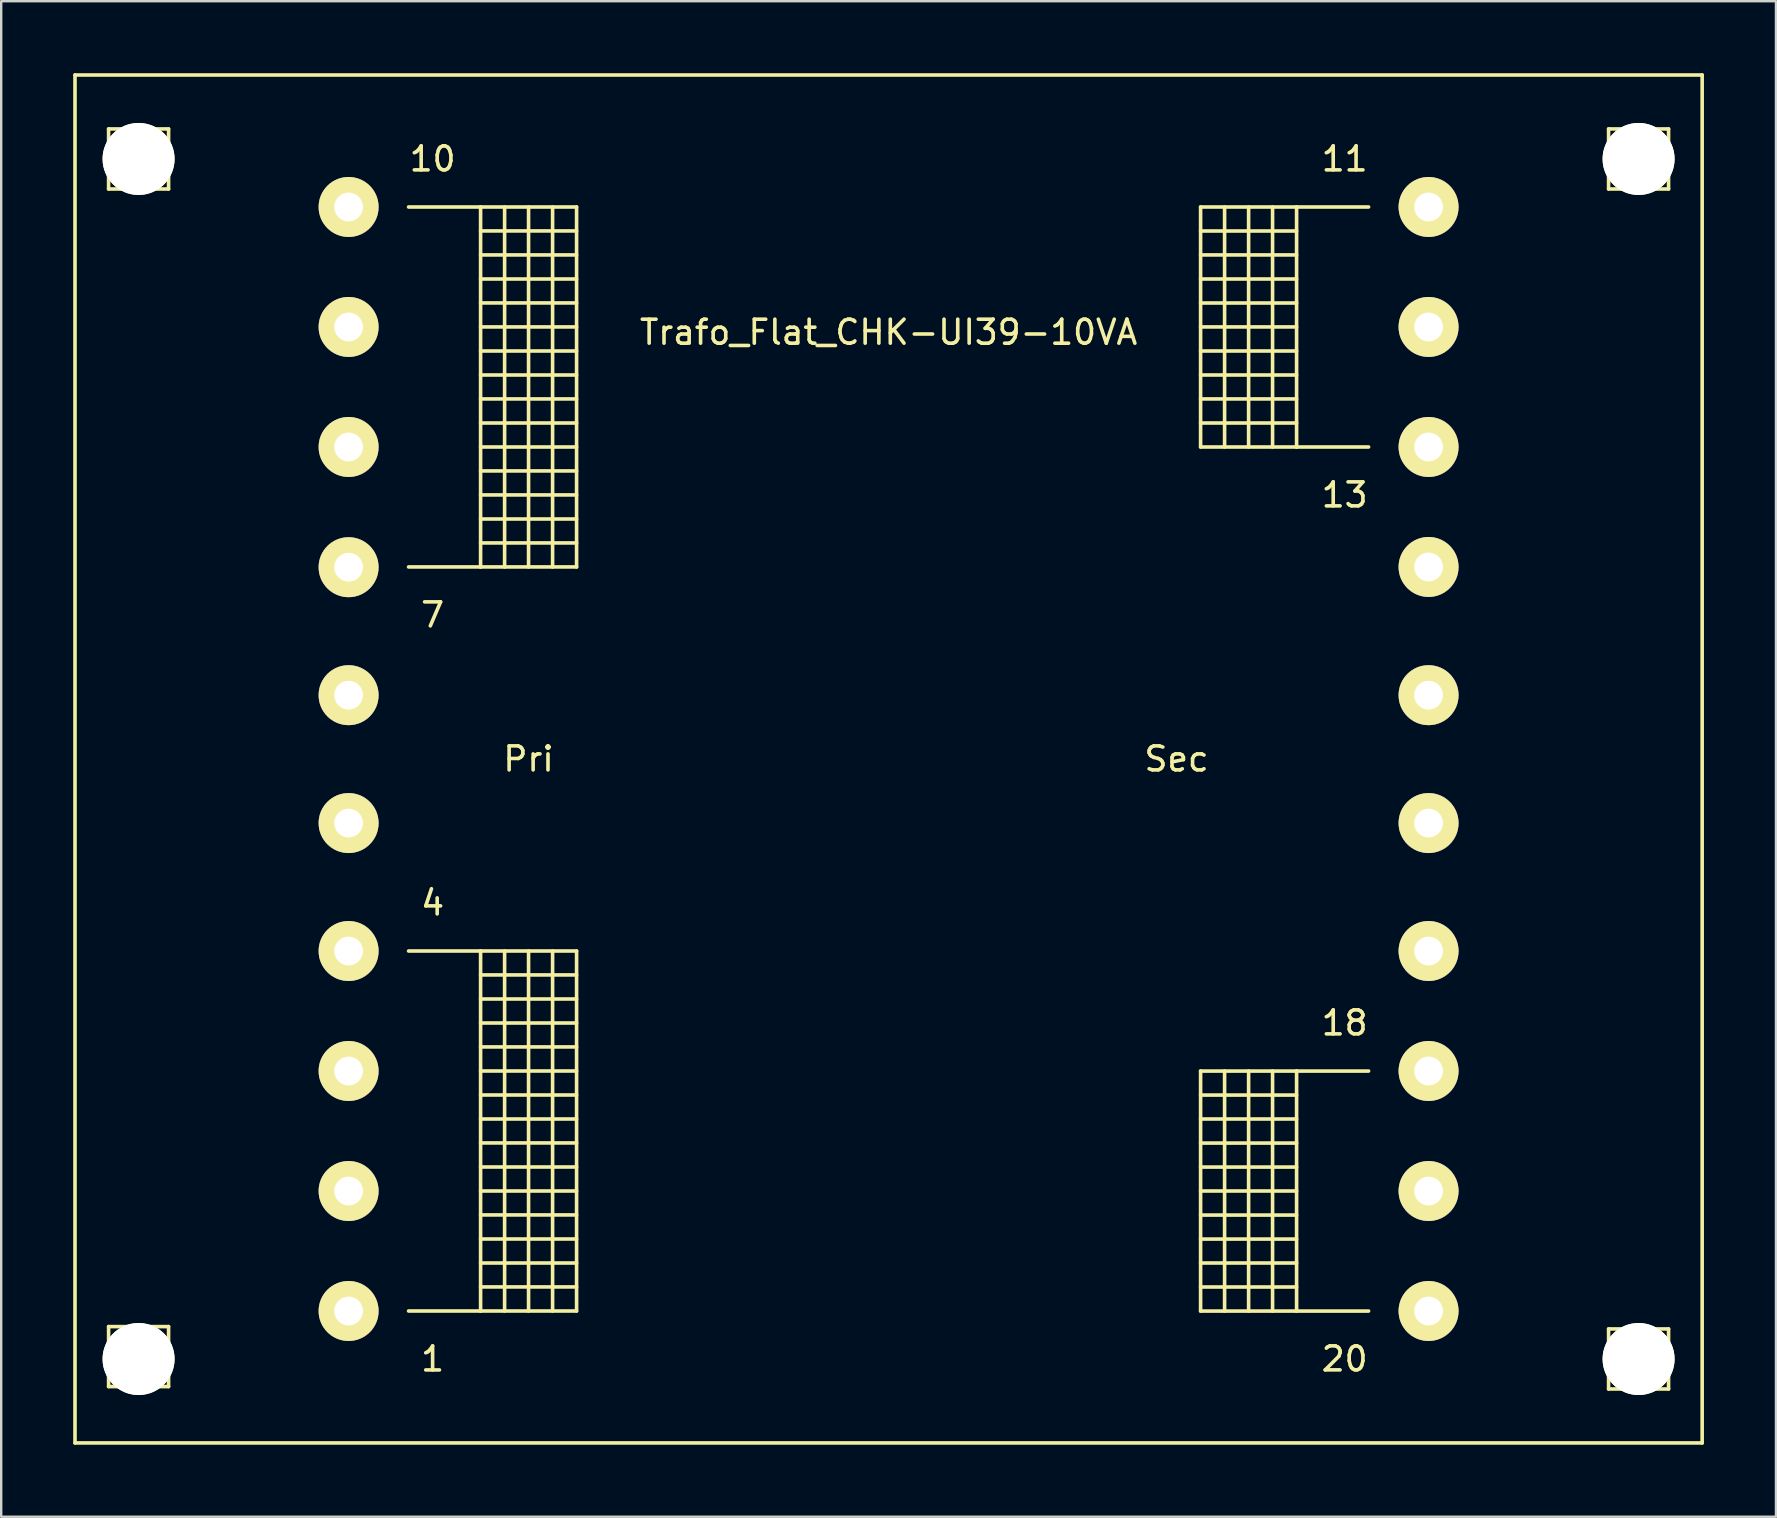
<source format=kicad_pcb>
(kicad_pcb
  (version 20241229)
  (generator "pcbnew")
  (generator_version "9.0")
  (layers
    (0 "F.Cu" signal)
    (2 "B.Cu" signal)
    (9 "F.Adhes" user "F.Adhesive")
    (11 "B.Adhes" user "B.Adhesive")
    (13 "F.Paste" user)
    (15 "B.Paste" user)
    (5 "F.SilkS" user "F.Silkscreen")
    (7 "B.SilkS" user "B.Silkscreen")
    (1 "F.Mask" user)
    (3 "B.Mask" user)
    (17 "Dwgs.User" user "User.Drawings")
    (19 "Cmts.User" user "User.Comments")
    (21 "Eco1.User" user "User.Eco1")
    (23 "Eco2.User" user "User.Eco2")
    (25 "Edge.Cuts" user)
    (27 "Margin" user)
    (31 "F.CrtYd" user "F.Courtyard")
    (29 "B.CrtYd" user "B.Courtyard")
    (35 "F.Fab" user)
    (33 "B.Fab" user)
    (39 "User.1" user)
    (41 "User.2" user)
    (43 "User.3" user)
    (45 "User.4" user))
  (footprint "Trafo_Flat_CHK-UI39-10VA"
    (layer "F.Cu")
    (at 33.974 28.574)
    (property "Reference" "Trafo_Flat_CHK-UI39-10VA" (at 0 -17.78 0) (layer "F.SilkS") (effects (font (size 1 1) (thickness 0.15))))
    (attr through_hole)
    (fp_line (start -33.899 -28.499) (end -33.899 28.499) (stroke (width 0.15) (type solid)) (layer "F.SilkS"))
    (fp_line (start -33.899 28.499) (end 33.899 28.499) (stroke (width 0.15) (type solid)) (layer "F.SilkS"))
    (fp_line (start -32.499 -26.251) (end -32.499 -23.749) (stroke (width 0.15) (type solid)) (layer "F.SilkS"))
    (fp_line (start -32.499 -23.749) (end -30 -23.749) (stroke (width 0.15) (type solid)) (layer "F.SilkS"))
    (fp_line (start -32.499 23.65) (end -32.499 26.149) (stroke (width 0.15) (type solid)) (layer "F.SilkS"))
    (fp_line (start -32.499 26.149) (end -30 26.149) (stroke (width 0.15) (type solid)) (layer "F.SilkS"))
    (fp_line (start -31.25 -26.251) (end -32.499 -26.251) (stroke (width 0.15) (type solid)) (layer "F.SilkS"))
    (fp_line (start -31.25 23.65) (end -32.499 23.65) (stroke (width 0.15) (type solid)) (layer "F.SilkS"))
    (fp_line (start -30 -26.251) (end -31.25 -26.251) (stroke (width 0.15) (type solid)) (layer "F.SilkS"))
    (fp_line (start -30 -23.749) (end -30 -26.251) (stroke (width 0.15) (type solid)) (layer "F.SilkS"))
    (fp_line (start -30 23.65) (end -31.25 23.65) (stroke (width 0.15) (type solid)) (layer "F.SilkS"))
    (fp_line (start -30 26.149) (end -30 23.65) (stroke (width 0.15) (type solid)) (layer "F.SilkS"))
    (fp_line (start -20 -23) (end -17 -23) (stroke (width 0.15) (type solid)) (layer "F.SilkS"))
    (fp_line (start -20 8.001) (end -17 8.001) (stroke (width 0.15) (type solid)) (layer "F.SilkS"))
    (fp_line (start -17 -23) (end -17 -8.001) (stroke (width 0.15) (type solid)) (layer "F.SilkS"))
    (fp_line (start -17 -23) (end -13 -23) (stroke (width 0.15) (type solid)) (layer "F.SilkS"))
    (fp_line (start -17 -22.001) (end -13 -22.001) (stroke (width 0.15) (type solid)) (layer "F.SilkS"))
    (fp_line (start -17 -21.001) (end -13 -21.001) (stroke (width 0.15) (type solid)) (layer "F.SilkS"))
    (fp_line (start -17 -20) (end -13 -20) (stroke (width 0.15) (type solid)) (layer "F.SilkS"))
    (fp_line (start -17 -19.002) (end -13 -19.002) (stroke (width 0.15) (type solid)) (layer "F.SilkS"))
    (fp_line (start -17 -18.001) (end -13 -18.001) (stroke (width 0.15) (type solid)) (layer "F.SilkS"))
    (fp_line (start -17 -17) (end -13 -17) (stroke (width 0.15) (type solid)) (layer "F.SilkS"))
    (fp_line (start -17 -15.999) (end -13 -15.999) (stroke (width 0.15) (type solid)) (layer "F.SilkS"))
    (fp_line (start -17 -15.001) (end -13 -15.001) (stroke (width 0.15) (type solid)) (layer "F.SilkS"))
    (fp_line (start -17 -14) (end -13 -14) (stroke (width 0.15) (type solid)) (layer "F.SilkS"))
    (fp_line (start -17 -13) (end -13 -13) (stroke (width 0.15) (type solid)) (layer "F.SilkS"))
    (fp_line (start -17 -12.002) (end -13 -12.002) (stroke (width 0.15) (type solid)) (layer "F.SilkS"))
    (fp_line (start -17 -11.001) (end -13 -11.001) (stroke (width 0.15) (type solid)) (layer "F.SilkS"))
    (fp_line (start -17 -10) (end -13 -10) (stroke (width 0.15) (type solid)) (layer "F.SilkS"))
    (fp_line (start -17 -9.002) (end -13 -9.002) (stroke (width 0.15) (type solid)) (layer "F.SilkS"))
    (fp_line (start -17 -8.001) (end -20 -8.001) (stroke (width 0.15) (type solid)) (layer "F.SilkS"))
    (fp_line (start -17 8.001) (end -17 23) (stroke (width 0.15) (type solid)) (layer "F.SilkS"))
    (fp_line (start -17 8.001) (end -13 8.001) (stroke (width 0.15) (type solid)) (layer "F.SilkS"))
    (fp_line (start -17 8.999) (end -13 8.999) (stroke (width 0.15) (type solid)) (layer "F.SilkS"))
    (fp_line (start -17 10) (end -13 10) (stroke (width 0.15) (type solid)) (layer "F.SilkS"))
    (fp_line (start -17 11.001) (end -13 11.001) (stroke (width 0.15) (type solid)) (layer "F.SilkS"))
    (fp_line (start -17 11.999) (end -13 11.999) (stroke (width 0.15) (type solid)) (layer "F.SilkS"))
    (fp_line (start -17 13) (end -13 13) (stroke (width 0.15) (type solid)) (layer "F.SilkS"))
    (fp_line (start -17 14) (end -13 14) (stroke (width 0.15) (type solid)) (layer "F.SilkS"))
    (fp_line (start -17 15.001) (end -13 15.001) (stroke (width 0.15) (type solid)) (layer "F.SilkS"))
    (fp_line (start -17 15.999) (end -13 15.999) (stroke (width 0.15) (type solid)) (layer "F.SilkS"))
    (fp_line (start -17 17) (end -13 17) (stroke (width 0.15) (type solid)) (layer "F.SilkS"))
    (fp_line (start -17 18.001) (end -13 18.001) (stroke (width 0.15) (type solid)) (layer "F.SilkS"))
    (fp_line (start -17 18.999) (end -13 18.999) (stroke (width 0.15) (type solid)) (layer "F.SilkS"))
    (fp_line (start -17 20) (end -13 20) (stroke (width 0.15) (type solid)) (layer "F.SilkS"))
    (fp_line (start -17 21.001) (end -13 21.001) (stroke (width 0.15) (type solid)) (layer "F.SilkS"))
    (fp_line (start -17 21.999) (end -13 21.999) (stroke (width 0.15) (type solid)) (layer "F.SilkS"))
    (fp_line (start -17 23) (end -20 23) (stroke (width 0.15) (type solid)) (layer "F.SilkS"))
    (fp_line (start -15.999 -23) (end -15.999 -8.001) (stroke (width 0.15) (type solid)) (layer "F.SilkS"))
    (fp_line (start -15.999 8.001) (end -15.999 23) (stroke (width 0.15) (type solid)) (layer "F.SilkS"))
    (fp_line (start -15.001 -8.001) (end -15.001 -23) (stroke (width 0.15) (type solid)) (layer "F.SilkS"))
    (fp_line (start -15.001 23) (end -15.001 8.001) (stroke (width 0.15) (type solid)) (layer "F.SilkS"))
    (fp_line (start -14 -23) (end -14 -8.001) (stroke (width 0.15) (type solid)) (layer "F.SilkS"))
    (fp_line (start -14 8.001) (end -14 23) (stroke (width 0.15) (type solid)) (layer "F.SilkS"))
    (fp_line (start -13 -23) (end -13 -8.001) (stroke (width 0.15) (type solid)) (layer "F.SilkS"))
    (fp_line (start -13 -8.001) (end -17 -8.001) (stroke (width 0.15) (type solid)) (layer "F.SilkS"))
    (fp_line (start -13 8.001) (end -13 23) (stroke (width 0.15) (type solid)) (layer "F.SilkS"))
    (fp_line (start -13 23) (end -17 23) (stroke (width 0.15) (type solid)) (layer "F.SilkS"))
    (fp_line (start 13 -23) (end 13 -13) (stroke (width 0.15) (type solid)) (layer "F.SilkS"))
    (fp_line (start 13 -21.999) (end 17 -21.999) (stroke (width 0.15) (type solid)) (layer "F.SilkS"))
    (fp_line (start 13 -21.001) (end 17 -21.001) (stroke (width 0.15) (type solid)) (layer "F.SilkS"))
    (fp_line (start 13 -20) (end 17 -20) (stroke (width 0.15) (type solid)) (layer "F.SilkS"))
    (fp_line (start 13 -18.999) (end 17 -18.999) (stroke (width 0.15) (type solid)) (layer "F.SilkS"))
    (fp_line (start 13 -18.001) (end 17 -18.001) (stroke (width 0.15) (type solid)) (layer "F.SilkS"))
    (fp_line (start 13 -17) (end 17 -17) (stroke (width 0.15) (type solid)) (layer "F.SilkS"))
    (fp_line (start 13 -15.999) (end 17 -15.999) (stroke (width 0.15) (type solid)) (layer "F.SilkS"))
    (fp_line (start 13 -15.001) (end 17 -15.001) (stroke (width 0.15) (type solid)) (layer "F.SilkS"))
    (fp_line (start 13 -14) (end 17 -14) (stroke (width 0.15) (type solid)) (layer "F.SilkS"))
    (fp_line (start 13 -13) (end 17 -13) (stroke (width 0.15) (type solid)) (layer "F.SilkS"))
    (fp_line (start 13 13.002) (end 13 23.002) (stroke (width 0.15) (type solid)) (layer "F.SilkS"))
    (fp_line (start 13 14.003) (end 17 14.003) (stroke (width 0.15) (type solid)) (layer "F.SilkS"))
    (fp_line (start 13 15.001) (end 17 15.001) (stroke (width 0.15) (type solid)) (layer "F.SilkS"))
    (fp_line (start 13 16.002) (end 17 16.002) (stroke (width 0.15) (type solid)) (layer "F.SilkS"))
    (fp_line (start 13 17.003) (end 17 17.003) (stroke (width 0.15) (type solid)) (layer "F.SilkS"))
    (fp_line (start 13 18.001) (end 17 18.001) (stroke (width 0.15) (type solid)) (layer "F.SilkS"))
    (fp_line (start 13 19.002) (end 17 19.002) (stroke (width 0.15) (type solid)) (layer "F.SilkS"))
    (fp_line (start 13 20.003) (end 17 20.003) (stroke (width 0.15) (type solid)) (layer "F.SilkS"))
    (fp_line (start 13 21.001) (end 17 21.001) (stroke (width 0.15) (type solid)) (layer "F.SilkS"))
    (fp_line (start 13 22.001) (end 17 22.001) (stroke (width 0.15) (type solid)) (layer "F.SilkS"))
    (fp_line (start 13 23.002) (end 17 23.002) (stroke (width 0.15) (type solid)) (layer "F.SilkS"))
    (fp_line (start 14 -23) (end 14 -13) (stroke (width 0.15) (type solid)) (layer "F.SilkS"))
    (fp_line (start 14 13.002) (end 14 23.002) (stroke (width 0.15) (type solid)) (layer "F.SilkS"))
    (fp_line (start 15.001 -13) (end 15.001 -23) (stroke (width 0.15) (type solid)) (layer "F.SilkS"))
    (fp_line (start 15.001 23.002) (end 15.001 13.002) (stroke (width 0.15) (type solid)) (layer "F.SilkS"))
    (fp_line (start 15.999 -23) (end 15.999 -13) (stroke (width 0.15) (type solid)) (layer "F.SilkS"))
    (fp_line (start 15.999 13.002) (end 15.999 23.002) (stroke (width 0.15) (type solid)) (layer "F.SilkS"))
    (fp_line (start 17 -23) (end 13 -23) (stroke (width 0.15) (type solid)) (layer "F.SilkS"))
    (fp_line (start 17 -23) (end 17 -13) (stroke (width 0.15) (type solid)) (layer "F.SilkS"))
    (fp_line (start 17 -13) (end 20 -13) (stroke (width 0.15) (type solid)) (layer "F.SilkS"))
    (fp_line (start 17 13.002) (end 13 13.002) (stroke (width 0.15) (type solid)) (layer "F.SilkS"))
    (fp_line (start 17 13.002) (end 17 23.002) (stroke (width 0.15) (type solid)) (layer "F.SilkS"))
    (fp_line (start 17 23.002) (end 20 23.002) (stroke (width 0.15) (type solid)) (layer "F.SilkS"))
    (fp_line (start 20 -23) (end 17 -23) (stroke (width 0.15) (type solid)) (layer "F.SilkS"))
    (fp_line (start 20 13.002) (end 17 13.002) (stroke (width 0.15) (type solid)) (layer "F.SilkS"))
    (fp_line (start 30 -26.251) (end 30 -23.749) (stroke (width 0.15) (type solid)) (layer "F.SilkS"))
    (fp_line (start 30 -23.749) (end 32.499 -23.749) (stroke (width 0.15) (type solid)) (layer "F.SilkS"))
    (fp_line (start 30 23.749) (end 30 26.251) (stroke (width 0.15) (type solid)) (layer "F.SilkS"))
    (fp_line (start 30 26.251) (end 32.499 26.251) (stroke (width 0.15) (type solid)) (layer "F.SilkS"))
    (fp_line (start 31.25 -26.251) (end 30 -26.251) (stroke (width 0.15) (type solid)) (layer "F.SilkS"))
    (fp_line (start 31.25 23.749) (end 30 23.749) (stroke (width 0.15) (type solid)) (layer "F.SilkS"))
    (fp_line (start 32.499 -26.251) (end 31.25 -26.251) (stroke (width 0.15) (type solid)) (layer "F.SilkS"))
    (fp_line (start 32.499 -23.749) (end 32.499 -26.251) (stroke (width 0.15) (type solid)) (layer "F.SilkS"))
    (fp_line (start 32.499 23.749) (end 31.25 23.749) (stroke (width 0.15) (type solid)) (layer "F.SilkS"))
    (fp_line (start 32.499 26.251) (end 32.499 23.749) (stroke (width 0.15) (type solid)) (layer "F.SilkS"))
    (fp_line (start 33.899 -28.499) (end -33.899 -28.499) (stroke (width 0.15) (type solid)) (layer "F.SilkS"))
    (fp_line (start 33.899 28.499) (end 33.899 -28.499) (stroke (width 0.15) (type solid)) (layer "F.SilkS"))
    (fp_text user "13" (at 19.002 -11.001 0) (layer "F.SilkS") (effects (font (size 1 1) (thickness 0.15))))
    (fp_text user "20" (at 19.002 24.999 0) (layer "F.SilkS") (effects (font (size 1 1) (thickness 0.15))))
    (fp_text user "18" (at 19.002 10.998 0) (layer "F.SilkS") (effects (font (size 1 1) (thickness 0.15))))
    (fp_text user "7" (at -18.999 -6.002 0) (layer "F.SilkS") (effects (font (size 1 1) (thickness 0.15))))
    (fp_text user "11" (at 19.002 -25.001 0) (layer "F.SilkS") (effects (font (size 1 1) (thickness 0.15))))
    (fp_text user "10" (at -18.999 -25.001 0) (layer "F.SilkS") (effects (font (size 1 1) (thickness 0.15))))
    (fp_text user "Sec" (at 11.999 0 0) (layer "F.SilkS") (effects (font (size 1 1) (thickness 0.15))))
    (fp_text user "Pri" (at -15.001 0 0) (layer "F.SilkS") (effects (font (size 1 1) (thickness 0.15))))
    (fp_text user "1" (at -18.999 25.001 0) (layer "F.SilkS") (effects (font (size 1 1) (thickness 0.15))))
    (fp_text user "4" (at -18.999 5.999 0) (layer "F.SilkS") (effects (font (size 1 1) (thickness 0.15))))
    (pad "" np_thru_hole circle (at -31.25 -25.001) (size 3 3) (drill 3) (layers "*.Cu" "*.Mask" "F.SilkS"))
    (pad "" np_thru_hole circle (at -31.25 25.001) (size 3 3) (drill 3) (layers "*.Cu" "*.Mask" "F.SilkS"))
    (pad "" np_thru_hole circle (at 31.25 -25.001) (size 3 3) (drill 3) (layers "*.Cu" "*.Mask" "F.SilkS"))
    (pad "" np_thru_hole circle (at 31.25 25.001) (size 3 3) (drill 3) (layers "*.Cu" "*.Mask" "F.SilkS"))
    (pad "1" thru_hole circle (at -22.499 23) (size 2.499 2.499) (drill 1.199) (layers "*.Cu" "*.Mask" "F.SilkS"))
    (pad "2" thru_hole circle (at -22.499 18.001) (size 2.499 2.499) (drill 1.199) (layers "*.Cu" "*.Mask" "F.SilkS"))
    (pad "3" thru_hole circle (at -22.499 13) (size 2.499 2.499) (drill 1.199) (layers "*.Cu" "*.Mask" "F.SilkS"))
    (pad "4" thru_hole circle (at -22.499 8.001) (size 2.499 2.499) (drill 1.199) (layers "*.Cu" "*.Mask" "F.SilkS"))
    (pad "5" thru_hole circle (at -22.499 2.67) (size 2.499 2.499) (drill 1.199) (layers "*.Cu" "*.Mask" "F.SilkS"))
    (pad "6" thru_hole circle (at -22.499 -2.659) (size 2.499 2.499) (drill 1.199) (layers "*.Cu" "*.Mask" "F.SilkS"))
    (pad "7" thru_hole circle (at -22.499 -7.991) (size 2.499 2.499) (drill 1.199) (layers "*.Cu" "*.Mask" "F.SilkS"))
    (pad "8" thru_hole circle (at -22.499 -13) (size 2.499 2.499) (drill 1.199) (layers "*.Cu" "*.Mask" "F.SilkS"))
    (pad "9" thru_hole circle (at -22.499 -18.001) (size 2.499 2.499) (drill 1.199) (layers "*.Cu" "*.Mask" "F.SilkS"))
    (pad "10" thru_hole circle (at -22.499 -23) (size 2.499 2.499) (drill 1.199) (layers "*.Cu" "*.Mask" "F.SilkS"))
    (pad "11" thru_hole circle (at 22.499 -23) (size 2.499 2.499) (drill 1.199) (layers "*.Cu" "*.Mask" "F.SilkS"))
    (pad "12" thru_hole circle (at 22.499 -18.001) (size 2.499 2.499) (drill 1.199) (layers "*.Cu" "*.Mask" "F.SilkS"))
    (pad "13" thru_hole circle (at 22.499 -13) (size 2.499 2.499) (drill 1.199) (layers "*.Cu" "*.Mask" "F.SilkS"))
    (pad "14" thru_hole circle (at 22.499 -8.001) (size 2.499 2.499) (drill 1.199) (layers "*.Cu" "*.Mask" "F.SilkS"))
    (pad "15" thru_hole circle (at 22.499 -2.659) (size 2.499 2.499) (drill 1.199) (layers "*.Cu" "*.Mask" "F.SilkS"))
    (pad "16" thru_hole circle (at 22.499 2.67) (size 2.499 2.499) (drill 1.199) (layers "*.Cu" "*.Mask" "F.SilkS"))
    (pad "17" thru_hole circle (at 22.499 8.001) (size 2.499 2.499) (drill 1.199) (layers "*.Cu" "*.Mask" "F.SilkS"))
    (pad "18" thru_hole circle (at 22.499 13) (size 2.499 2.499) (drill 1.199) (layers "*.Cu" "*.Mask" "F.SilkS"))
    (pad "19" thru_hole circle (at 22.499 18.001) (size 2.499 2.499) (drill 1.199) (layers "*.Cu" "*.Mask" "F.SilkS"))
    (pad "20" thru_hole circle (at 22.499 23) (size 2.499 2.499) (drill 1.199) (layers "*.Cu" "*.Mask" "F.SilkS")))
  (gr_rect
    (start -3 -3)
    (end 70.948 60.148)
    (stroke (width 0.1) (type default))
    (fill no)
    (layer "Edge.Cuts")))
</source>
